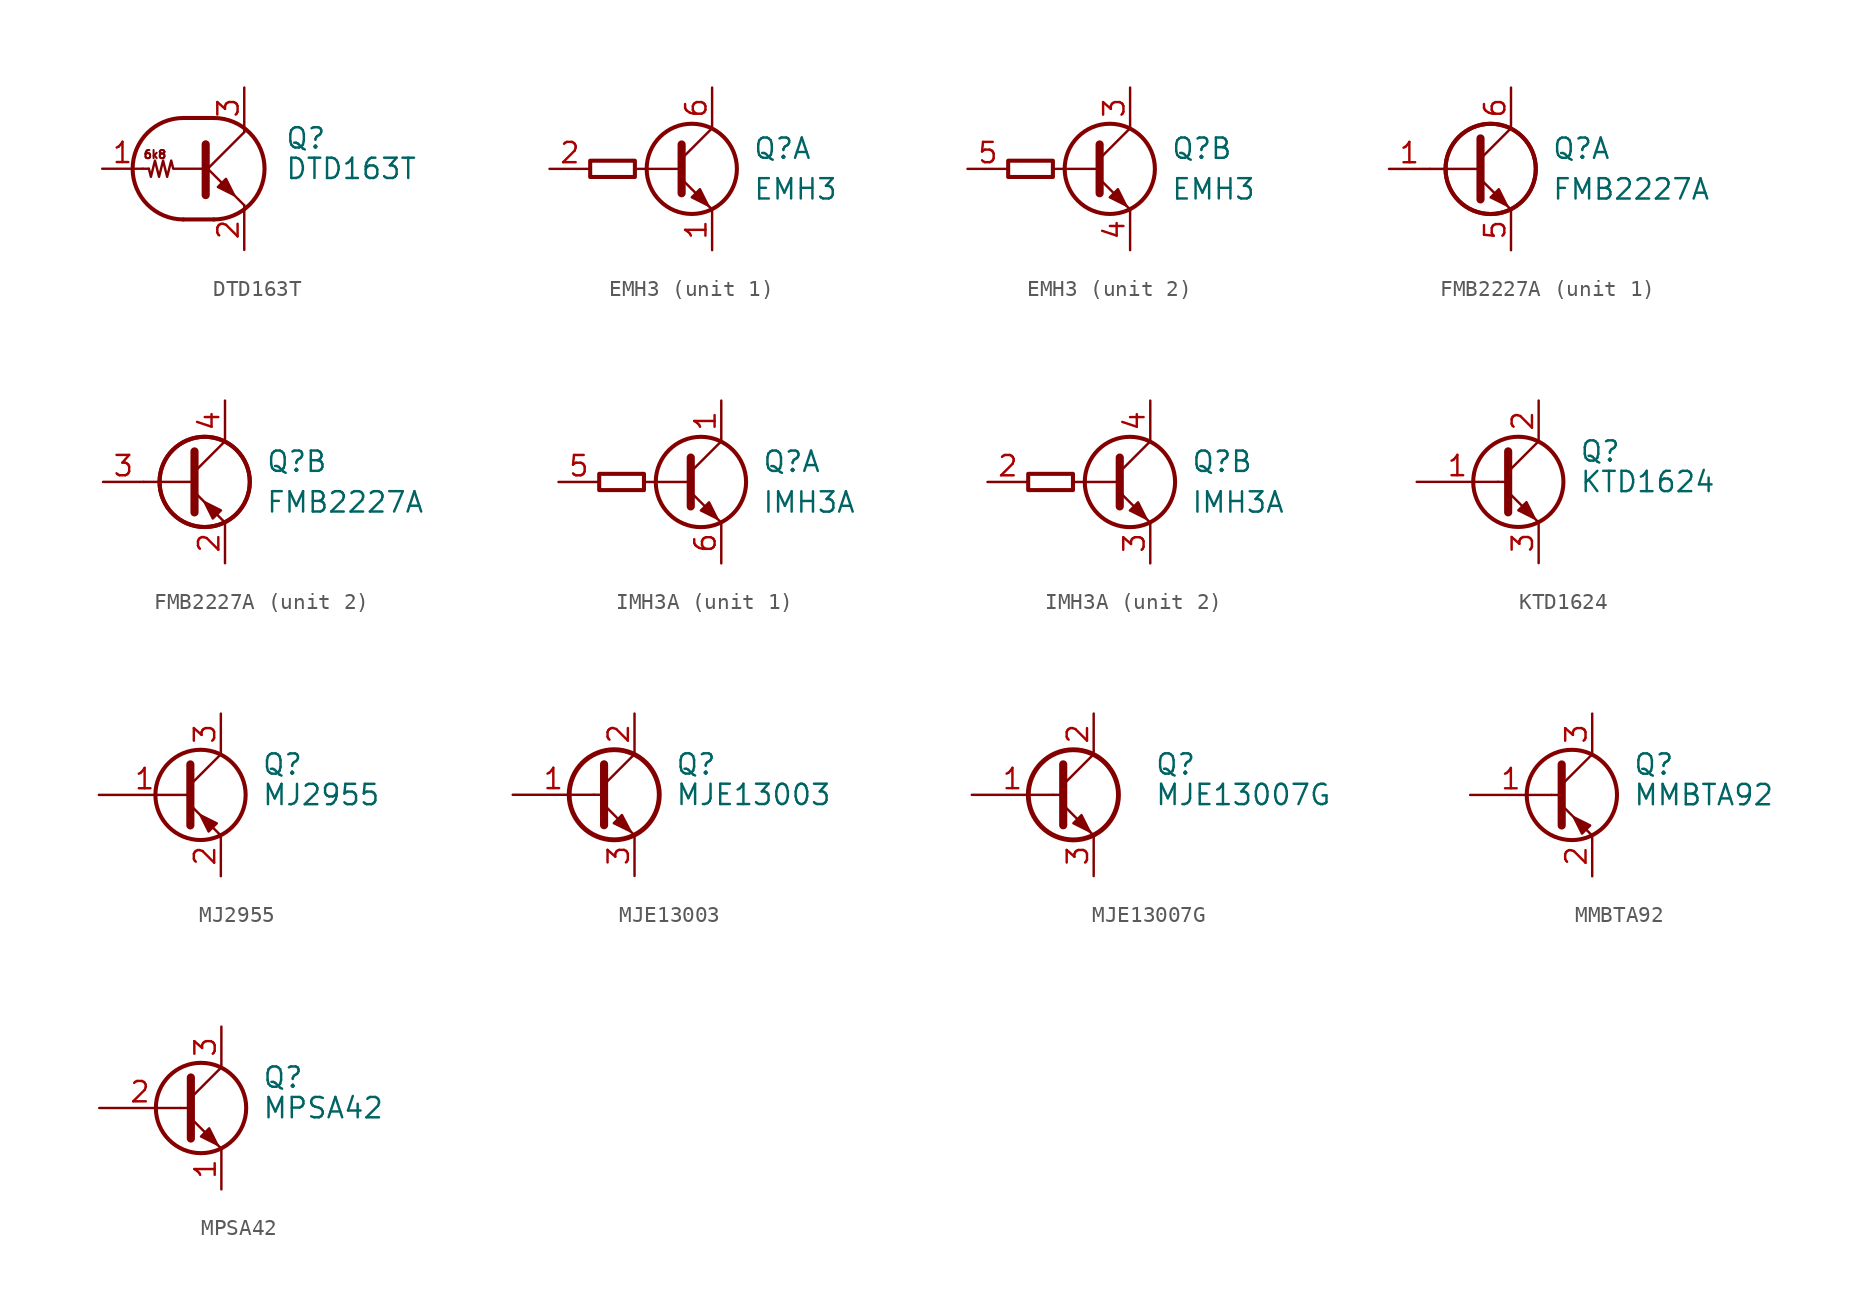
<source format=kicad_sym>
(kicad_symbol_lib
  (version 20220914)
  (generator kicad_symbol_editor)
  (symbol "DTD163T"
    (pin_names
      (offset 0) hide)
    (property "Reference" "Q"
      (at 5.08 1.905 0)
      (effects (font (size 1.27 1.27)) (justify left)))
    (property "Value" "DTD163T"
      (at 5.08 0 0)
      (effects (font (size 1.27 1.27)) (justify left)))
    (symbol "DTD163T_0_0"
      (polyline (pts (xy 2.54 -2.286) (xy 2.54 -2.54)) (stroke (width 0) (type solid)) (fill (type none)))
      (text "6k8" (at -3.048 0.889 0) (effects (font (size 0.508 0.508)))))
    (symbol "DTD163T_0_1"
      (arc (start -1.27 3.175) (mid -4.4312 0) (end -1.27 -3.175) (stroke (width 0.254) (type solid)) (fill (type none)))
      (polyline (pts (xy -3.429 0) (xy -3.81 0)) (stroke (width 0) (type solid)) (fill (type none)))
      (polyline (pts (xy -1.27 -3.175) (xy 0.635 -3.175)) (stroke (width 0.254) (type solid)) (fill (type none)))
      (polyline (pts (xy -1.27 3.175) (xy 0.635 3.175)) (stroke (width 0.254) (type solid)) (fill (type none)))
      (polyline (pts (xy 0 -0.254) (xy 2.54 2.286)) (stroke (width 0) (type solid)) (fill (type none)))
      (polyline (pts (xy 0.127 1.524) (xy 0.127 -1.651)) (stroke (width 0.508) (type solid)) (fill (type outline)))
      (polyline (pts (xy 2.54 2.286) (xy 2.54 2.54)) (stroke (width 0) (type solid)) (fill (type none)))
      (polyline (pts (xy 2.54 -2.286) (xy 0 0.254) (xy 0 0.254)) (stroke (width 0) (type solid)) (fill (type none)))
      (polyline (pts (xy 0.889 -1.143) (xy 1.397 -0.635) (xy 1.905 -1.651) (xy 0.889 -1.143)) (stroke (width 0) (type solid)) (fill (type outline)))
      (polyline (pts (xy 0 0) (xy -1.905 0) (xy -2.032 0.508) (xy -2.286 -0.508) (xy -2.54 0.508) (xy -2.794 -0.508) (xy -3.048 0.508) (xy -3.302 -0.508) (xy -3.429 0)) (stroke (width 0) (type solid)) (fill (type none)))
      (arc (start 0.635 -3.175) (mid 3.7962 0) (end 0.635 3.175) (stroke (width 0.254) (type solid)) (fill (type none))))
    (symbol "DTD163T_1_1"
      (pin input line (at -6.35 0 0) (length 2.54) (name "B" (effects (font (size 1.27 1.27)))) (number "1" (effects (font (size 1.27 1.27)))))
      (pin passive line (at 2.54 -5.08 90) (length 2.54) (name "E" (effects (font (size 1.27 1.27)))) (number "2" (effects (font (size 1.27 1.27)))))
      (pin passive line (at 2.54 5.08 270) (length 2.54) (name "C" (effects (font (size 1.27 1.27)))) (number "3" (effects (font (size 1.27 1.27)))))))
  (symbol "EMH3"
    (pin_names hide)
    (property "Reference" "Q"
      (at 7.62 1.27 0)
      (effects (font (size 1.27 1.27)) (justify left)))
    (property "Value" "EMH3"
      (at 7.62 -1.27 0)
      (effects (font (size 1.27 1.27)) (justify left)))
    (symbol "EMH3_0_1"
      (polyline (pts (xy 3.175 0) (xy 0.254 0)) (stroke (width 0) (type solid)) (fill (type none)))
      (polyline (pts (xy 3.175 0.635) (xy 5.08 2.54)) (stroke (width 0) (type solid)) (fill (type none)))
      (polyline (pts (xy 3.175 1.524) (xy 3.175 -1.524)) (stroke (width 0.508) (type solid)) (fill (type none)))
      (polyline (pts (xy 3.175 -0.635) (xy 5.08 -2.54) (xy 5.08 -2.54)) (stroke (width 0) (type solid)) (fill (type none)))
      (polyline (pts (xy 3.81 -1.778) (xy 4.318 -1.27) (xy 4.826 -2.286) (xy 3.81 -1.778) (xy 3.81 -1.778)) (stroke (width 0) (type solid)) (fill (type outline)))
      (rectangle (start 0.254 0.508) (end -2.54 -0.508) (stroke (width 0.254) (type solid)) (fill (type none)))
      (circle (center 3.81 0) (radius 2.819) (stroke (width 0.254) (type solid)) (fill (type none))))
    (symbol "EMH3_1_1"
      (pin passive line (at 5.08 -5.08 90) (length 2.54) (name "E1" (effects (font (size 1.27 1.27)))) (number "1" (effects (font (size 1.27 1.27)))))
      (pin input line (at -5.08 0 0) (length 2.54) (name "B1" (effects (font (size 1.27 1.27)))) (number "2" (effects (font (size 1.27 1.27)))))
      (pin passive line (at 5.08 5.08 270) (length 2.54) (name "C1" (effects (font (size 1.27 1.27)))) (number "6" (effects (font (size 1.27 1.27))))))
    (symbol "EMH3_2_1"
      (pin passive line (at 5.08 5.08 270) (length 2.54) (name "C2" (effects (font (size 1.27 1.27)))) (number "3" (effects (font (size 1.27 1.27)))))
      (pin passive line (at 5.08 -5.08 90) (length 2.54) (name "E2" (effects (font (size 1.27 1.27)))) (number "4" (effects (font (size 1.27 1.27)))))
      (pin input line (at -5.08 0 0) (length 2.54) (name "B2" (effects (font (size 1.27 1.27)))) (number "5" (effects (font (size 1.27 1.27)))))))
  (symbol "FMB2227A"
    (pin_names
      (offset 0) hide)
    (property "Reference" "Q"
      (at 5.08 1.27 0)
      (effects (font (size 1.27 1.27)) (justify left)))
    (property "Value" "FMB2227A"
      (at 5.08 -1.27 0)
      (effects (font (size 1.27 1.27)) (justify left)))
    (property "ki_locked" ""
      (at 0 0 0)
      (effects (font (size 1.27 1.27))))
    (symbol "FMB2227A_0_1"
      (polyline (pts (xy 0.635 0) (xy -2.54 0)) (stroke (width 0) (type solid)) (fill (type none)))
      (circle (center 1.27 0) (radius 2.819) (stroke (width 0.254) (type solid)) (fill (type none)))
      (circle (center 1.27 0) (radius 2.819) (stroke (width 0.254) (type solid)) (fill (type none))))
    (symbol "FMB2227A_1_1"
      (polyline (pts (xy 0.635 0.635) (xy 2.54 2.54)) (stroke (width 0) (type solid)) (fill (type none)))
      (polyline (pts (xy 0.635 -0.635) (xy 2.54 -2.54) (xy 2.54 -2.54)) (stroke (width 0) (type solid)) (fill (type none)))
      (polyline (pts (xy 0.635 1.905) (xy 0.635 -1.905) (xy 0.635 -1.905)) (stroke (width 0.508) (type solid)) (fill (type none)))
      (polyline (pts (xy 1.27 -1.778) (xy 1.778 -1.27) (xy 2.286 -2.286) (xy 1.27 -1.778) (xy 1.27 -1.778)) (stroke (width 0) (type solid)) (fill (type outline)))
      (pin input line (at -5.08 0 0) (length 2.54) (name "B1" (effects (font (size 1.27 1.27)))) (number "1" (effects (font (size 1.27 1.27)))))
      (pin passive line (at 2.54 -5.08 90) (length 2.54) (name "E1" (effects (font (size 1.27 1.27)))) (number "5" (effects (font (size 1.27 1.27)))))
      (pin passive line (at 2.54 5.08 270) (length 2.54) (name "C1" (effects (font (size 1.27 1.27)))) (number "6" (effects (font (size 1.27 1.27))))))
    (symbol "FMB2227A_2_1"
      (polyline (pts (xy 0.635 0.635) (xy 2.54 2.54)) (stroke (width 0) (type solid)) (fill (type none)))
      (polyline (pts (xy 0.635 -0.635) (xy 2.54 -2.54) (xy 2.54 -2.54)) (stroke (width 0) (type solid)) (fill (type none)))
      (polyline (pts (xy 0.635 1.905) (xy 0.635 -1.905) (xy 0.635 -1.905)) (stroke (width 0.508) (type solid)) (fill (type none)))
      (polyline (pts (xy 2.286 -1.778) (xy 1.778 -2.286) (xy 1.27 -1.27) (xy 2.286 -1.778) (xy 2.286 -1.778)) (stroke (width 0) (type solid)) (fill (type outline)))
      (pin passive line (at 2.54 -5.08 90) (length 2.54) (name "E2" (effects (font (size 1.27 1.27)))) (number "2" (effects (font (size 1.27 1.27)))))
      (pin input line (at -5.08 0 0) (length 2.54) (name "B2" (effects (font (size 1.27 1.27)))) (number "3" (effects (font (size 1.27 1.27)))))
      (pin passive line (at 2.54 5.08 270) (length 2.54) (name "C2" (effects (font (size 1.27 1.27)))) (number "4" (effects (font (size 1.27 1.27)))))))
  (symbol "IMH3A"
    (pin_names hide)
    (property "Reference" "Q"
      (at 7.62 1.27 0)
      (effects (font (size 1.27 1.27)) (justify left)))
    (property "Value" "IMH3A"
      (at 7.62 -1.27 0)
      (effects (font (size 1.27 1.27)) (justify left)))
    (symbol "IMH3A_0_1"
      (polyline (pts (xy 3.175 0) (xy 0.254 0)) (stroke (width 0) (type solid)) (fill (type none)))
      (polyline (pts (xy 3.175 0.635) (xy 5.08 2.54)) (stroke (width 0) (type solid)) (fill (type none)))
      (polyline (pts (xy 3.175 1.524) (xy 3.175 -1.524)) (stroke (width 0.508) (type solid)) (fill (type none)))
      (polyline (pts (xy 3.175 -0.635) (xy 5.08 -2.54) (xy 5.08 -2.54)) (stroke (width 0) (type solid)) (fill (type none)))
      (polyline (pts (xy 3.81 -1.778) (xy 4.318 -1.27) (xy 4.826 -2.286) (xy 3.81 -1.778) (xy 3.81 -1.778)) (stroke (width 0) (type solid)) (fill (type outline)))
      (rectangle (start 0.254 0.508) (end -2.54 -0.508) (stroke (width 0.254) (type solid)) (fill (type none)))
      (circle (center 3.81 0) (radius 2.819) (stroke (width 0.254) (type solid)) (fill (type none))))
    (symbol "IMH3A_1_1"
      (pin passive line (at 5.08 5.08 270) (length 2.54) (name "C1" (effects (font (size 1.27 1.27)))) (number "1" (effects (font (size 1.27 1.27)))))
      (pin input line (at -5.08 0 0) (length 2.54) (name "B1" (effects (font (size 1.27 1.27)))) (number "5" (effects (font (size 1.27 1.27)))))
      (pin passive line (at 5.08 -5.08 90) (length 2.54) (name "E1" (effects (font (size 1.27 1.27)))) (number "6" (effects (font (size 1.27 1.27))))))
    (symbol "IMH3A_2_1"
      (pin input line (at -5.08 0 0) (length 2.54) (name "B2" (effects (font (size 1.27 1.27)))) (number "2" (effects (font (size 1.27 1.27)))))
      (pin passive line (at 5.08 -5.08 90) (length 2.54) (name "E2" (effects (font (size 1.27 1.27)))) (number "3" (effects (font (size 1.27 1.27)))))
      (pin passive line (at 5.08 5.08 270) (length 2.54) (name "C2" (effects (font (size 1.27 1.27)))) (number "4" (effects (font (size 1.27 1.27)))))))
  (symbol "KTD1624"
    (pin_names
      (offset 0) hide)
    (property "Reference" "Q"
      (at 5.08 1.905 0)
      (effects (font (size 1.27 1.27)) (justify left)))
    (property "Value" "KTD1624"
      (at 5.08 0 0)
      (effects (font (size 1.27 1.27)) (justify left)))
    (symbol "KTD1624_0_1"
      (polyline (pts (xy 0 0) (xy 0.635 0)) (stroke (width 0) (type solid)) (fill (type none)))
      (polyline (pts (xy 0.635 0.635) (xy 2.54 2.54)) (stroke (width 0) (type solid)) (fill (type none)))
      (polyline (pts (xy 0.635 -0.635) (xy 2.54 -2.54) (xy 2.54 -2.54)) (stroke (width 0) (type solid)) (fill (type none)))
      (polyline (pts (xy 0.635 1.905) (xy 0.635 -1.905) (xy 0.635 -1.905)) (stroke (width 0.508) (type solid)) (fill (type none)))
      (polyline (pts (xy 1.27 -1.778) (xy 1.778 -1.27) (xy 2.286 -2.286) (xy 1.27 -1.778) (xy 1.27 -1.778)) (stroke (width 0) (type solid)) (fill (type outline)))
      (circle (center 1.27 0) (radius 2.819) (stroke (width 0.254) (type solid)) (fill (type none))))
    (symbol "KTD1624_1_1"
      (pin input line (at -5.08 0 0) (length 5.08) (name "B" (effects (font (size 1.27 1.27)))) (number "1" (effects (font (size 1.27 1.27)))))
      (pin passive line (at 2.54 5.08 270) (length 2.54) (name "C" (effects (font (size 1.27 1.27)))) (number "2" (effects (font (size 1.27 1.27)))))
      (pin passive line (at 2.54 -5.08 90) (length 2.54) (name "E" (effects (font (size 1.27 1.27)))) (number "3" (effects (font (size 1.27 1.27)))))))
  (symbol "MJ2955"
    (pin_names
      (offset 0) hide)
    (property "Reference" "Q"
      (at 5.08 1.905 0)
      (effects (font (size 1.27 1.27)) (justify left)))
    (property "Value" "MJ2955"
      (at 5.08 0 0)
      (effects (font (size 1.27 1.27)) (justify left)))
    (symbol "MJ2955_0_1"
      (polyline (pts (xy 0.635 0.635) (xy 2.54 2.54)) (stroke (width 0) (type solid)) (fill (type none)))
      (polyline (pts (xy 0.635 -0.635) (xy 2.54 -2.54) (xy 2.54 -2.54)) (stroke (width 0) (type solid)) (fill (type none)))
      (polyline (pts (xy 0.635 1.905) (xy 0.635 -1.905) (xy 0.635 -1.905)) (stroke (width 0.508) (type solid)) (fill (type none)))
      (polyline (pts (xy 2.286 -1.778) (xy 1.778 -2.286) (xy 1.27 -1.27) (xy 2.286 -1.778) (xy 2.286 -1.778)) (stroke (width 0) (type solid)) (fill (type outline)))
      (circle (center 1.27 0) (radius 2.819) (stroke (width 0.254) (type solid)) (fill (type none))))
    (symbol "MJ2955_1_1"
      (pin input line (at -5.08 0 0) (length 5.715) (name "B" (effects (font (size 1.27 1.27)))) (number "1" (effects (font (size 1.27 1.27)))))
      (pin passive line (at 2.54 -5.08 90) (length 2.54) (name "E" (effects (font (size 1.27 1.27)))) (number "2" (effects (font (size 1.27 1.27)))))
      (pin passive line (at 2.54 5.08 270) (length 2.54) (name "C" (effects (font (size 1.27 1.27)))) (number "3" (effects (font (size 1.27 1.27)))))))
  (symbol "MJE13003"
    (pin_names
      (offset 0) hide)
    (property "Reference" "Q"
      (at 5.08 1.905 0)
      (effects (font (size 1.27 1.27)) (justify left)))
    (property "Value" "MJE13003"
      (at 5.08 0 0)
      (effects (font (size 1.27 1.27)) (justify left)))
    (symbol "MJE13003_0_1"
      (polyline (pts (xy 0 0) (xy 0.635 0)) (stroke (width 0) (type solid)) (fill (type none)))
      (polyline (pts (xy 2.54 -2.54) (xy 0.635 -0.635)) (stroke (width 0) (type solid)) (fill (type none)))
      (polyline (pts (xy 2.54 2.54) (xy 0.635 0.635)) (stroke (width 0) (type solid)) (fill (type none)))
      (polyline (pts (xy 0.635 1.905) (xy 0.635 -1.905) (xy 0.635 -1.905)) (stroke (width 0.508) (type solid)) (fill (type outline)))
      (polyline (pts (xy 1.245 -1.778) (xy 1.753 -1.27) (xy 2.286 -2.286) (xy 1.245 -1.778) (xy 1.245 -1.778)) (stroke (width 0) (type solid)) (fill (type outline)))
      (circle (center 1.27 0) (radius 2.819) (stroke (width 0.305) (type solid)) (fill (type none))))
    (symbol "MJE13003_1_1"
      (pin input line (at -5.08 0 0) (length 5.08) (name "B" (effects (font (size 1.27 1.27)))) (number "1" (effects (font (size 1.27 1.27)))))
      (pin passive line (at 2.54 5.08 270) (length 2.54) (name "C" (effects (font (size 1.27 1.27)))) (number "2" (effects (font (size 1.27 1.27)))))
      (pin passive line (at 2.54 -5.08 90) (length 2.54) (name "E" (effects (font (size 1.27 1.27)))) (number "3" (effects (font (size 1.27 1.27)))))))
  (symbol "MJE13007G"
    (pin_names
      (offset 0) hide)
    (property "Reference" "Q"
      (at 6.35 1.905 0)
      (effects (font (size 1.27 1.27)) (justify left)))
    (property "Value" "MJE13007G"
      (at 6.35 0 0)
      (effects (font (size 1.27 1.27)) (justify left)))
    (symbol "MJE13007G_0_1"
      (polyline (pts (xy 0 0) (xy 0.635 0)) (stroke (width 0) (type solid)) (fill (type none)))
      (polyline (pts (xy 2.54 2.54) (xy 0.635 0.635)) (stroke (width 0) (type solid)) (fill (type none)))
      (polyline (pts (xy 0.635 1.905) (xy 0.635 -1.905) (xy 0.635 -1.905)) (stroke (width 0.508) (type solid)) (fill (type none)))
      (polyline (pts (xy 2.286 -2.286) (xy 1.778 -1.778) (xy 1.778 -1.778)) (stroke (width 0) (type solid)) (fill (type none)))
      (polyline (pts (xy 2.54 -2.54) (xy 0.635 -0.635) (xy 1.27 -1.27)) (stroke (width 0) (type solid)) (fill (type outline)))
      (polyline (pts (xy 1.27 -1.778) (xy 1.778 -1.27) (xy 2.286 -2.286) (xy 1.27 -1.778) (xy 1.27 -1.778)) (stroke (width 0) (type solid)) (fill (type outline)))
      (circle (center 1.27 0) (radius 2.819) (stroke (width 0.305) (type solid)) (fill (type none))))
    (symbol "MJE13007G_1_1"
      (pin input line (at -5.08 0 0) (length 5.08) (name "B" (effects (font (size 1.27 1.27)))) (number "1" (effects (font (size 1.27 1.27)))))
      (pin passive line (at 2.54 5.08 270) (length 2.54) (name "C" (effects (font (size 1.27 1.27)))) (number "2" (effects (font (size 1.27 1.27)))))
      (pin passive line (at 2.54 -5.08 90) (length 2.54) (name "E" (effects (font (size 1.27 1.27)))) (number "3" (effects (font (size 1.27 1.27)))))))
  (symbol "MMBTA92"
    (pin_names
      (offset 0) hide)
    (property "Reference" "Q"
      (at 5.08 1.905 0)
      (effects (font (size 1.27 1.27)) (justify left)))
    (property "Value" "MMBTA92"
      (at 5.08 0 0)
      (effects (font (size 1.27 1.27)) (justify left)))
    (symbol "MMBTA92_0_1"
      (polyline (pts (xy 0 0) (xy 0.635 0)) (stroke (width 0) (type solid)) (fill (type none)))
      (polyline (pts (xy 2.54 -2.54) (xy 0.635 -0.635)) (stroke (width 0) (type solid)) (fill (type none)))
      (polyline (pts (xy 2.54 2.54) (xy 0.635 0.635)) (stroke (width 0) (type solid)) (fill (type none)))
      (polyline (pts (xy 0.635 1.905) (xy 0.635 -1.905) (xy 0.635 -1.905)) (stroke (width 0.508) (type solid)) (fill (type outline)))
      (polyline (pts (xy 1.905 -2.413) (xy 2.413 -1.905) (xy 1.397 -1.397) (xy 1.905 -2.413) (xy 1.905 -2.413)) (stroke (width 0) (type solid)) (fill (type outline)))
      (circle (center 1.27 0) (radius 2.819) (stroke (width 0.254) (type solid)) (fill (type none))))
    (symbol "MMBTA92_1_1"
      (pin input line (at -5.08 0 0) (length 5.08) (name "B" (effects (font (size 1.27 1.27)))) (number "1" (effects (font (size 1.27 1.27)))))
      (pin passive line (at 2.54 -5.08 90) (length 2.54) (name "E" (effects (font (size 1.27 1.27)))) (number "2" (effects (font (size 1.27 1.27)))))
      (pin passive line (at 2.54 5.08 270) (length 2.54) (name "C" (effects (font (size 1.27 1.27)))) (number "3" (effects (font (size 1.27 1.27)))))))
  (symbol "MPSA42"
    (pin_names
      (offset 1.016) hide)
    (property "Reference" "Q"
      (at 5.08 1.905 0)
      (effects (font (size 1.27 1.27)) (justify left)))
    (property "Value" "MPSA42"
      (at 5.08 0 0)
      (effects (font (size 1.27 1.27)) (justify left)))
    (symbol "MPSA42_0_1"
      (polyline (pts (xy 0 0) (xy 0.635 0)) (stroke (width 0) (type solid)) (fill (type none)))
      (polyline (pts (xy 0.635 0.635) (xy 2.54 2.54)) (stroke (width 0) (type solid)) (fill (type none)))
      (polyline (pts (xy 0.635 -0.635) (xy 2.54 -2.54) (xy 2.54 -2.54)) (stroke (width 0) (type solid)) (fill (type none)))
      (polyline (pts (xy 0.635 1.905) (xy 0.635 -1.905) (xy 0.635 -1.905)) (stroke (width 0.508) (type solid)) (fill (type none)))
      (polyline (pts (xy 1.27 -1.778) (xy 1.778 -1.27) (xy 2.286 -2.286) (xy 1.27 -1.778) (xy 1.27 -1.778)) (stroke (width 0) (type solid)) (fill (type outline)))
      (circle (center 1.27 0) (radius 2.819) (stroke (width 0.254) (type solid)) (fill (type none))))
    (symbol "MPSA42_1_1"
      (pin passive line (at 2.54 -5.08 90) (length 2.54) (name "E" (effects (font (size 1.27 1.27)))) (number "1" (effects (font (size 1.27 1.27)))))
      (pin input line (at -5.08 0 0) (length 5.08) (name "B" (effects (font (size 1.27 1.27)))) (number "2" (effects (font (size 1.27 1.27)))))
      (pin passive line (at 2.54 5.08 270) (length 2.54) (name "C" (effects (font (size 1.27 1.27)))) (number "3" (effects (font (size 1.27 1.27))))))))
</source>
